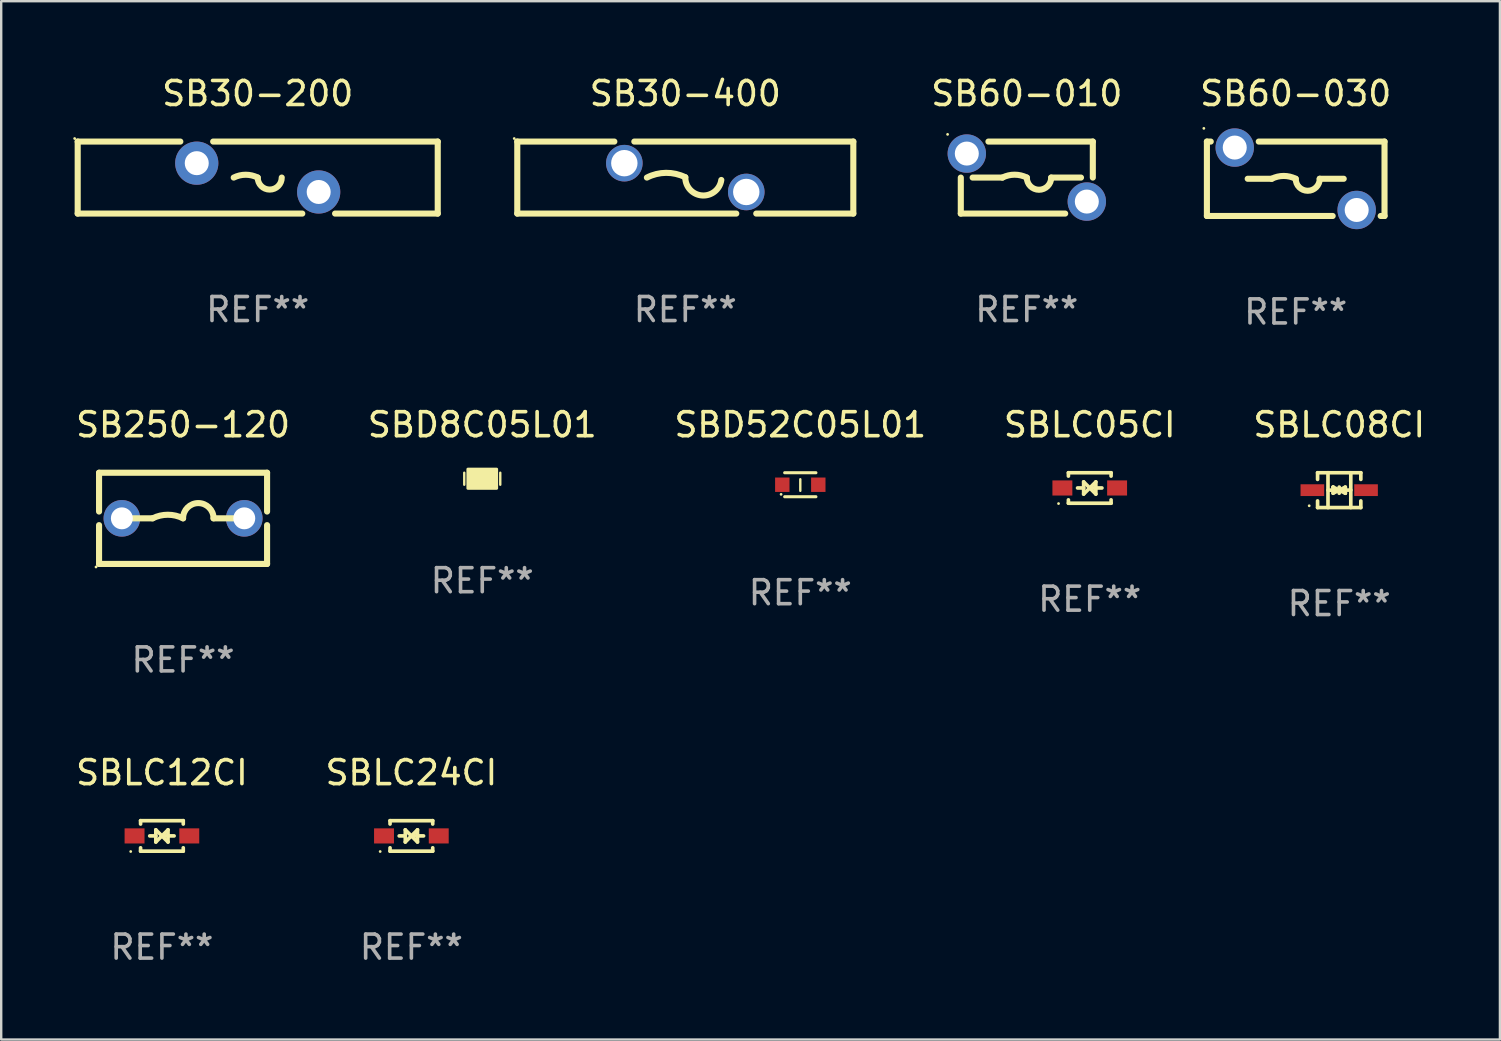
<source format=kicad_pcb>
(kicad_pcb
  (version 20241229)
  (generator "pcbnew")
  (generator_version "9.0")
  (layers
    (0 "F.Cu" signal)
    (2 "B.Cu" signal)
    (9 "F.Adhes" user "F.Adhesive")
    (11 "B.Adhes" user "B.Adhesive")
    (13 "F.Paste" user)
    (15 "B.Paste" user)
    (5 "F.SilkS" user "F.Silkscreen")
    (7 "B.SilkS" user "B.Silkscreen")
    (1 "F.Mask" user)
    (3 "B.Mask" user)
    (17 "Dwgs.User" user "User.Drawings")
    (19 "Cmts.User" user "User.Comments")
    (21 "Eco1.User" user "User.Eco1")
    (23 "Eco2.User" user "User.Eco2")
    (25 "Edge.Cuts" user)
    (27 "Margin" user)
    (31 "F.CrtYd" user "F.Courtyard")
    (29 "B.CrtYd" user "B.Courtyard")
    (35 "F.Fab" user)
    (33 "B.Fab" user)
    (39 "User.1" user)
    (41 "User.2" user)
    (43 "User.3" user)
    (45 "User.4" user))
  (footprint "SBLC12CI"
    (layer "F.Cu")
    (at 3.696 31.776)
    (property "Reference" "SBLC12CI" (at 0 -2.635 0) (layer "F.SilkS") (effects (font (size 1 1) (thickness 0.15))))
    (attr through_hole)
    (fp_line (start -0.889 -0.635) (end 0.889 -0.635) (stroke (width 0.152) (type solid)) (layer "F.SilkS"))
    (fp_line (start -0.889 -0.495) (end -0.889 -0.635) (stroke (width 0.152) (type solid)) (layer "F.SilkS"))
    (fp_line (start -0.889 0.635) (end -0.889 0.495) (stroke (width 0.152) (type solid)) (layer "F.SilkS"))
    (fp_line (start -0.889 0.635) (end 0.889 0.635) (stroke (width 0.152) (type solid)) (layer "F.SilkS"))
    (fp_line (start -0.508 -0.000051) (end -0.254 -0.000051) (stroke (width 0.152) (type solid)) (layer "F.SilkS"))
    (fp_line (start -0.254 -0.254) (end 0 -0.000051) (stroke (width 0.152) (type solid)) (layer "F.SilkS"))
    (fp_line (start -0.254 0.254) (end -0.254 -0.254) (stroke (width 0.152) (type solid)) (layer "F.SilkS"))
    (fp_line (start 0 -0.000051) (end -0.254 0.254) (stroke (width 0.152) (type solid)) (layer "F.SilkS"))
    (fp_line (start 0 -0.000051) (end 0.254 -0.254) (stroke (width 0.152) (type solid)) (layer "F.SilkS"))
    (fp_line (start 0.254 -0.254) (end 0.254 0.254) (stroke (width 0.152) (type solid)) (layer "F.SilkS"))
    (fp_line (start 0.254 0.254) (end 0 -0.000051) (stroke (width 0.152) (type solid)) (layer "F.SilkS"))
    (fp_line (start 0.508 -0.000051) (end 0.127 -0.000051) (stroke (width 0.152) (type solid)) (layer "F.SilkS"))
    (fp_line (start 0.889 -0.635) (end 0.889 -0.495) (stroke (width 0.152) (type solid)) (layer "F.SilkS"))
    (fp_line (start 0.889 0.495) (end 0.889 0.635) (stroke (width 0.152) (type solid)) (layer "F.SilkS"))
    (fp_circle (center -1.3 0.65) (end -1.27 0.65) (stroke (width 0.06) (type solid)) (fill no) (layer "F.SilkS"))
    (fp_text user "REF**" (at 0 4.635 0) (layer "F.Fab") (effects (font (size 1 1) (thickness 0.15))))
    (pad "1" smd rect (at -1.14 0.000152 90) (size 0.63 0.83) (layers "F.Cu" "F.Mask" "F.Paste"))
    (pad "2" smd rect (at 1.14 -0.000102 90) (size 0.63 0.83) (layers "F.Cu" "F.Mask" "F.Paste")))
  (footprint "SBLC05CI"
    (layer "F.Cu")
    (at 42.351 17.28)
    (property "Reference" "SBLC05CI" (at 0 -2.635 0) (layer "F.SilkS") (effects (font (size 1 1) (thickness 0.15))))
    (attr through_hole)
    (fp_line (start -0.889 -0.635) (end 0.889 -0.635) (stroke (width 0.152) (type solid)) (layer "F.SilkS"))
    (fp_line (start -0.889 -0.495) (end -0.889 -0.635) (stroke (width 0.152) (type solid)) (layer "F.SilkS"))
    (fp_line (start -0.889 0.635) (end -0.889 0.495) (stroke (width 0.152) (type solid)) (layer "F.SilkS"))
    (fp_line (start -0.889 0.635) (end 0.889 0.635) (stroke (width 0.152) (type solid)) (layer "F.SilkS"))
    (fp_line (start -0.508 -0.000051) (end -0.254 -0.000051) (stroke (width 0.152) (type solid)) (layer "F.SilkS"))
    (fp_line (start -0.254 -0.254) (end 0 -0.000051) (stroke (width 0.152) (type solid)) (layer "F.SilkS"))
    (fp_line (start -0.254 0.254) (end -0.254 -0.254) (stroke (width 0.152) (type solid)) (layer "F.SilkS"))
    (fp_line (start 0 -0.000051) (end -0.254 0.254) (stroke (width 0.152) (type solid)) (layer "F.SilkS"))
    (fp_line (start 0 -0.000051) (end 0.254 -0.254) (stroke (width 0.152) (type solid)) (layer "F.SilkS"))
    (fp_line (start 0.254 -0.254) (end 0.254 0.254) (stroke (width 0.152) (type solid)) (layer "F.SilkS"))
    (fp_line (start 0.254 0.254) (end 0 -0.000051) (stroke (width 0.152) (type solid)) (layer "F.SilkS"))
    (fp_line (start 0.508 -0.000051) (end 0.127 -0.000051) (stroke (width 0.152) (type solid)) (layer "F.SilkS"))
    (fp_line (start 0.889 -0.635) (end 0.889 -0.495) (stroke (width 0.152) (type solid)) (layer "F.SilkS"))
    (fp_line (start 0.889 0.495) (end 0.889 0.635) (stroke (width 0.152) (type solid)) (layer "F.SilkS"))
    (fp_circle (center -1.3 0.65) (end -1.27 0.65) (stroke (width 0.06) (type solid)) (fill no) (layer "F.SilkS"))
    (fp_text user "REF**" (at 0 4.635 0) (layer "F.Fab") (effects (font (size 1 1) (thickness 0.15))))
    (pad "1" smd rect (at -1.14 0.000152 90) (size 0.63 0.83) (layers "F.Cu" "F.Mask" "F.Paste"))
    (pad "2" smd rect (at 1.14 -0.000102 90) (size 0.63 0.83) (layers "F.Cu" "F.Mask" "F.Paste")))
  (footprint "SBLC08CI"
    (layer "F.Cu")
    (at 52.744 17.371)
    (property "Reference" "SBLC08CI" (at 0 -2.726 0) (layer "F.SilkS") (effects (font (size 1 1) (thickness 0.15))))
    (attr through_hole)
    (fp_line (start -0.901 -0.726) (end -0.901 -0.448) (stroke (width 0.152) (type solid)) (layer "F.SilkS"))
    (fp_line (start -0.901 0.726) (end -0.901 0.448) (stroke (width 0.152) (type solid)) (layer "F.SilkS"))
    (fp_line (start -0.467 0) (end 0.483 -0.003) (stroke (width 0.154) (type solid)) (layer "F.SilkS"))
    (fp_line (start -0.467 0.726) (end -0.467 -0.726) (stroke (width 0.152) (type solid)) (layer "F.SilkS"))
    (fp_line (start -0.254 -0.127) (end -0.254 -0.127) (stroke (width 0.154) (type solid)) (layer "F.SilkS"))
    (fp_line (start -0.254 -0.127) (end -0.002 -0.003) (stroke (width 0.154) (type solid)) (layer "F.SilkS"))
    (fp_line (start -0.254 0.127) (end -0.254 -0.127) (stroke (width 0.154) (type solid)) (layer "F.SilkS"))
    (fp_line (start -0.127 0) (end 0.003 0) (stroke (width 0.154) (type solid)) (layer "F.SilkS"))
    (fp_line (start -0.003 0) (end -0.254 0.127) (stroke (width 0.154) (type solid)) (layer "F.SilkS"))
    (fp_line (start 0 -0.127) (end 0 0.127) (stroke (width 0.154) (type solid)) (layer "F.SilkS"))
    (fp_line (start 0.003 0) (end 0.254 -0.127) (stroke (width 0.154) (type solid)) (layer "F.SilkS"))
    (fp_line (start 0.127 0) (end -0.003 0) (stroke (width 0.154) (type solid)) (layer "F.SilkS"))
    (fp_line (start 0.254 -0.127) (end 0.254 0.127) (stroke (width 0.154) (type solid)) (layer "F.SilkS"))
    (fp_line (start 0.254 0.127) (end 0.002 0.003) (stroke (width 0.154) (type solid)) (layer "F.SilkS"))
    (fp_line (start 0.254 0.127) (end 0.254 0.127) (stroke (width 0.154) (type solid)) (layer "F.SilkS"))
    (fp_line (start 0.483 0.726) (end 0.483 -0.726) (stroke (width 0.152) (type solid)) (layer "F.SilkS"))
    (fp_line (start 0.901 -0.726) (end -0.901 -0.726) (stroke (width 0.152) (type solid)) (layer "F.SilkS"))
    (fp_line (start 0.901 -0.726) (end 0.901 -0.448) (stroke (width 0.152) (type solid)) (layer "F.SilkS"))
    (fp_line (start 0.901 0.726) (end -0.901 0.726) (stroke (width 0.152) (type solid)) (layer "F.SilkS"))
    (fp_line (start 0.901 0.726) (end 0.901 0.448) (stroke (width 0.152) (type solid)) (layer "F.SilkS"))
    (fp_circle (center -1.25 0.65) (end -1.22 0.65) (stroke (width 0.06) (type solid)) (fill no) (layer "F.SilkS"))
    (fp_text user "REF**" (at 0 4.726 0) (layer "F.Fab") (effects (font (size 1 1) (thickness 0.15))))
    (pad "1" smd rect (at -1.118 0) (size 0.985 0.49) (layers "F.Cu" "F.Mask" "F.Paste"))
    (pad "2" smd rect (at 1.118 0) (size 0.985 0.49) (layers "F.Cu" "F.Mask" "F.Paste")))
  (footprint "SB60-030"
    (layer "F.Cu")
    (at 50.932 4.398)
    (property "Reference" "SB60-030" (at 0 -3.55 0) (layer "F.SilkS") (effects (font (size 1 1) (thickness 0.15))))
    (attr through_hole)
    (fp_line (start -3.7 -1.55) (end -3.54 -1.55) (stroke (width 0.254) (type solid)) (layer "F.SilkS"))
    (fp_line (start -3.7 1.55) (end -3.7 -1.55) (stroke (width 0.254) (type solid)) (layer "F.SilkS"))
    (fp_line (start -3.7 1.55) (end 1.54 1.55) (stroke (width 0.254) (type solid)) (layer "F.SilkS"))
    (fp_line (start -1.54 -1.55) (end 3.7 -1.55) (stroke (width 0.254) (type solid)) (layer "F.SilkS"))
    (fp_line (start -1 0) (end -2 0) (stroke (width 0.254) (type solid)) (layer "F.SilkS"))
    (fp_line (start 1 0) (end 2 0) (stroke (width 0.254) (type solid)) (layer "F.SilkS"))
    (fp_line (start 3.54 1.55) (end 3.7 1.55) (stroke (width 0.254) (type solid)) (layer "F.SilkS"))
    (fp_line (start 3.7 -1.55) (end 3.7 1.55) (stroke (width 0.254) (type solid)) (layer "F.SilkS"))
    (fp_arc (start -1.000762 0) (mid -0.500381 -0.118151) (end 0 0) (stroke (width 0.254001) (type solid)) (layer "F.SilkS"))
    (fp_arc (start 1.000762 0) (mid 0.500381 0.500127) (end 0 0) (stroke (width 0.254001) (type solid)) (layer "F.SilkS"))
    (fp_circle (center -3.827 -2.1) (end -3.797 -2.1) (stroke (width 0.06) (type solid)) (fill no) (layer "F.SilkS"))
    (fp_text user "REF**" (at 0 5.55 0) (layer "F.Fab") (effects (font (size 1 1) (thickness 0.15))))
    (pad "1" thru_hole circle (at -2.54 -1.3) (size 1.6 1.6) (drill 1) (layers "*.Cu" "*.Mask"))
    (pad "2" thru_hole circle (at 2.54 1.3) (size 1.6 1.6) (drill 1) (layers "*.Cu" "*.Mask")))
  (footprint "SBD52C05L01"
    (layer "F.Cu")
    (at 30.292 17.145)
    (property "Reference" "SBD52C05L01" (at 0 -2.5 0) (layer "F.SilkS") (effects (font (size 1 1) (thickness 0.15))))
    (attr through_hole)
    (fp_line (start -0.65 -0.5) (end 0.65 -0.5) (stroke (width 0.13) (type solid)) (layer "F.SilkS"))
    (fp_line (start -0.65 0.5) (end 0.65 0.5) (stroke (width 0.13) (type solid)) (layer "F.SilkS"))
    (fp_line (start 0 -0.229) (end 0 0.254) (stroke (width 0.1) (type solid)) (layer "F.SilkS"))
    (fp_circle (center -0.8 0.4) (end -0.77 0.4) (stroke (width 0.06) (type solid)) (fill no) (layer "F.SilkS"))
    (fp_text user "REF**" (at 0 4.5 0) (layer "F.Fab") (effects (font (size 1 1) (thickness 0.15))))
    (pad "1" smd rect (at -0.75 0) (size 0.6 0.6) (layers "F.Cu" "F.Mask" "F.Paste"))
    (pad "2" smd rect (at 0.75 0 180) (size 0.6 0.6) (layers "F.Cu" "F.Mask" "F.Paste")))
  (footprint "SB60-010"
    (layer "F.Cu")
    (at 39.729 4.348)
    (property "Reference" "SB60-010" (at 0 -3.5 0) (layer "F.SilkS") (effects (font (size 1 1) (thickness 0.15))))
    (attr through_hole)
    (fp_line (start -2.75 1.5) (end -2.75 0.000305) (stroke (width 0.254) (type solid)) (layer "F.SilkS"))
    (fp_line (start -2.75 1.5) (end 1.599 1.5) (stroke (width 0.254) (type solid)) (layer "F.SilkS"))
    (fp_line (start -2.257 0) (end -1.016 0) (stroke (width 0.254) (type solid)) (layer "F.SilkS"))
    (fp_line (start 2.257 0) (end 1.016 0) (stroke (width 0.254) (type solid)) (layer "F.SilkS"))
    (fp_line (start 2.75 -1.5) (end -1.599 -1.5) (stroke (width 0.254) (type solid)) (layer "F.SilkS"))
    (fp_line (start 2.75 -1.5) (end 2.75 -0.000279) (stroke (width 0.254) (type solid)) (layer "F.SilkS"))
    (fp_arc (start -1.016027 0) (mid -0.508026 -0.119923) (end -0.000025 0) (stroke (width 0.254001) (type solid)) (layer "F.SilkS"))
    (fp_arc (start 1.015977 0) (mid 0.508293 0.507671) (end 0.000609 -0.000001) (stroke (width 0.254001) (type solid)) (layer "F.SilkS"))
    (fp_circle (center -3.3 -1.8) (end -3.27 -1.8) (stroke (width 0.06) (type solid)) (fill no) (layer "F.SilkS"))
    (fp_text user "REF**" (at 0 5.5 0) (layer "F.Fab") (effects (font (size 1 1) (thickness 0.15))))
    (pad "1" thru_hole circle (at -2.5 -1) (size 1.6 1.6) (drill 1) (layers "*.Cu" "*.Mask"))
    (pad "2" thru_hole circle (at 2.5 1) (size 1.6 1.6) (drill 1) (layers "*.Cu" "*.Mask")))
  (footprint "SB30-200"
    (layer "F.Cu")
    (at 7.687 4.348)
    (property "Reference" "SB30-200" (at 0 -3.5 0) (layer "F.SilkS") (effects (font (size 1 1) (thickness 0.15))))
    (attr through_hole)
    (fp_line (start -7.5 -1.5) (end -3.224 -1.5) (stroke (width 0.254) (type solid)) (layer "F.SilkS"))
    (fp_line (start -7.5 1.5) (end -7.5 -1.5) (stroke (width 0.254) (type solid)) (layer "F.SilkS"))
    (fp_line (start -1.856 -1.5) (end 7.5 -1.5) (stroke (width 0.254) (type solid)) (layer "F.SilkS"))
    (fp_line (start 1.857 1.5) (end -7.5 1.5) (stroke (width 0.254) (type solid)) (layer "F.SilkS"))
    (fp_line (start 7.5 -1.5) (end 7.5 1.5) (stroke (width 0.254) (type solid)) (layer "F.SilkS"))
    (fp_line (start 7.5 1.5) (end 3.223 1.5) (stroke (width 0.254) (type solid)) (layer "F.SilkS"))
    (fp_arc (start -1 -0.000127) (mid -0.5 -0.118148) (end 0 -0.000127) (stroke (width 0.254001) (type solid)) (layer "F.SilkS"))
    (fp_arc (start 1.000762 -0.000127) (mid 0.500381 0.5) (end 0 -0.000127) (stroke (width 0.254001) (type solid)) (layer "F.SilkS"))
    (fp_circle (center -7.627 -1.627) (end -7.597 -1.627) (stroke (width 0.06) (type solid)) (fill no) (layer "F.SilkS"))
    (fp_text user "REF**" (at 0 5.5 0) (layer "F.Fab") (effects (font (size 1 1) (thickness 0.15))))
    (pad "1" thru_hole circle (at -2.54 -0.6) (size 1.8 1.8) (drill 1) (layers "*.Cu" "*.Mask"))
    (pad "2" thru_hole circle (at 2.54 0.6) (size 1.8 1.8) (drill 1) (layers "*.Cu" "*.Mask")))
  (footprint "SBD8C05L01"
    (layer "F.Cu")
    (at 17.042 16.895)
    (property "Reference" "SBD8C05L01" (at 0 -2.25 0) (layer "F.SilkS") (effects (font (size 1 1) (thickness 0.15))))
    (attr through_hole)
    (fp_line (start -0.75 0.25) (end -0.75 -0.25) (stroke (width 0.1) (type solid)) (layer "F.SilkS"))
    (fp_line (start 0.75 -0.25) (end 0.75 0.25) (stroke (width 0.1) (type solid)) (layer "F.SilkS"))
    (fp_circle (center -0.5 0.3) (end -0.47 0.3) (stroke (width 0.06) (type solid)) (fill no) (layer "F.SilkS"))
    (fp_poly (pts (xy -0.6 -0.4) (xy 0.6 -0.4) (xy 0.6 0.4) (xy -0.6 0.4)) (stroke (width 0.12) (type solid)) (fill yes) (layer "F.SilkS"))
    (fp_text user "REF**" (at 0 4.25 0) (layer "F.Fab") (effects (font (size 1 1) (thickness 0.15))))
    (pad "1" smd rect (at -0.325 -0.000013) (size 0.3 0.6) (layers "F.Cu" "F.Mask" "F.Paste"))
    (pad "2" smd rect (at 0.325 -0.000013) (size 0.3 0.6) (layers "F.Cu" "F.Mask" "F.Paste")))
  (footprint "SBLC24CI"
    (layer "F.Cu")
    (at 14.089 31.776)
    (property "Reference" "SBLC24CI" (at 0 -2.635 0) (layer "F.SilkS") (effects (font (size 1 1) (thickness 0.15))))
    (attr through_hole)
    (fp_line (start -0.889 -0.635) (end 0.889 -0.635) (stroke (width 0.152) (type solid)) (layer "F.SilkS"))
    (fp_line (start -0.889 -0.495) (end -0.889 -0.635) (stroke (width 0.152) (type solid)) (layer "F.SilkS"))
    (fp_line (start -0.889 0.635) (end -0.889 0.495) (stroke (width 0.152) (type solid)) (layer "F.SilkS"))
    (fp_line (start -0.889 0.635) (end 0.889 0.635) (stroke (width 0.152) (type solid)) (layer "F.SilkS"))
    (fp_line (start -0.508 -0.000051) (end -0.254 -0.000051) (stroke (width 0.152) (type solid)) (layer "F.SilkS"))
    (fp_line (start -0.254 -0.254) (end 0 -0.000051) (stroke (width 0.152) (type solid)) (layer "F.SilkS"))
    (fp_line (start -0.254 0.254) (end -0.254 -0.254) (stroke (width 0.152) (type solid)) (layer "F.SilkS"))
    (fp_line (start 0 -0.000051) (end -0.254 0.254) (stroke (width 0.152) (type solid)) (layer "F.SilkS"))
    (fp_line (start 0 -0.000051) (end 0.254 -0.254) (stroke (width 0.152) (type solid)) (layer "F.SilkS"))
    (fp_line (start 0.254 -0.254) (end 0.254 0.254) (stroke (width 0.152) (type solid)) (layer "F.SilkS"))
    (fp_line (start 0.254 0.254) (end 0 -0.000051) (stroke (width 0.152) (type solid)) (layer "F.SilkS"))
    (fp_line (start 0.508 -0.000051) (end 0.127 -0.000051) (stroke (width 0.152) (type solid)) (layer "F.SilkS"))
    (fp_line (start 0.889 -0.635) (end 0.889 -0.495) (stroke (width 0.152) (type solid)) (layer "F.SilkS"))
    (fp_line (start 0.889 0.495) (end 0.889 0.635) (stroke (width 0.152) (type solid)) (layer "F.SilkS"))
    (fp_circle (center -1.3 0.65) (end -1.27 0.65) (stroke (width 0.06) (type solid)) (fill no) (layer "F.SilkS"))
    (fp_text user "REF**" (at 0 4.635 0) (layer "F.Fab") (effects (font (size 1 1) (thickness 0.15))))
    (pad "1" smd rect (at -1.14 0.000152 90) (size 0.63 0.83) (layers "F.Cu" "F.Mask" "F.Paste"))
    (pad "2" smd rect (at 1.14 -0.000102 90) (size 0.63 0.83) (layers "F.Cu" "F.Mask" "F.Paste")))
  (footprint "SB30-400"
    (layer "F.Cu")
    (at 25.501 4.348)
    (property "Reference" "SB30-400" (at 0 -3.5 0) (layer "F.SilkS") (effects (font (size 1 1) (thickness 0.15))))
    (attr through_hole)
    (fp_line (start -7 -1.5) (end -7 1.5) (stroke (width 0.254) (type solid)) (layer "F.SilkS"))
    (fp_line (start -7 -1.5) (end -2.956 -1.5) (stroke (width 0.254) (type solid)) (layer "F.SilkS"))
    (fp_line (start -2.124 -1.5) (end 7 -1.5) (stroke (width 0.254) (type solid)) (layer "F.SilkS"))
    (fp_line (start 2.124 1.5) (end -7 1.5) (stroke (width 0.254) (type solid)) (layer "F.SilkS"))
    (fp_line (start 7 1.5) (end 2.956 1.5) (stroke (width 0.254) (type solid)) (layer "F.SilkS"))
    (fp_line (start 7 1.5) (end 7 -1.5) (stroke (width 0.254) (type solid)) (layer "F.SilkS"))
    (fp_arc (start -1.6 0) (mid -0.801529 -0.197174) (end 0 -0.012827) (stroke (width 0.254001) (type solid)) (layer "F.SilkS"))
    (fp_arc (start 1.5 0.1) (mid 0.69724 0.745018) (end 0.000001 -0.012828) (stroke (width 0.254001) (type solid)) (layer "F.SilkS"))
    (fp_circle (center -7.127 -1.627) (end -7.097 -1.627) (stroke (width 0.06) (type solid)) (fill no) (layer "F.SilkS"))
    (fp_text user "REF**" (at 0 5.5 0) (layer "F.Fab") (effects (font (size 1 1) (thickness 0.15))))
    (pad "1" thru_hole circle (at -2.54 -0.6) (size 1.524 1.524) (drill 1.1) (layers "*.Cu" "*.Mask"))
    (pad "2" thru_hole circle (at 2.54 0.6) (size 1.524 1.524) (drill 1.1) (layers "*.Cu" "*.Mask")))
  (footprint "SB250-120"
    (layer "F.Cu")
    (at 4.577 18.545)
    (property "Reference" "SB250-120" (at 0 -3.9 0) (layer "F.SilkS") (effects (font (size 1 1) (thickness 0.15))))
    (attr through_hole)
    (fp_line (start -3.5 -1.9) (end -3.5 -0.283) (stroke (width 0.254) (type solid)) (layer "F.SilkS"))
    (fp_line (start -3.5 0.283) (end -3.5 1.9) (stroke (width 0.254) (type solid)) (layer "F.SilkS"))
    (fp_line (start -2.54 0) (end -1.27 0) (stroke (width 0.254) (type solid)) (layer "F.SilkS"))
    (fp_line (start 2.54 0) (end 1.27 0) (stroke (width 0.254) (type solid)) (layer "F.SilkS"))
    (fp_line (start 3.459 1.9) (end -3.5 1.9) (stroke (width 0.254) (type solid)) (layer "F.SilkS"))
    (fp_line (start 3.459 1.9) (end 3.5 1.9) (stroke (width 0.254) (type solid)) (layer "F.SilkS"))
    (fp_line (start 3.5 -1.9) (end -3.5 -1.9) (stroke (width 0.254) (type solid)) (layer "F.SilkS"))
    (fp_line (start 3.5 -1.9) (end 3.5 -0.283) (stroke (width 0.254) (type solid)) (layer "F.SilkS"))
    (fp_line (start 3.5 0.283) (end 3.5 1.9) (stroke (width 0.254) (type solid)) (layer "F.SilkS"))
    (fp_arc (start -1.270003 0) (mid -0.635001 -0.149904) (end 0 0) (stroke (width 0.254001) (type solid)) (layer "F.SilkS"))
    (fp_arc (start -0.000001 0) (mid 0.635001 -0.635002) (end 1.270003 0) (stroke (width 0.254001) (type solid)) (layer "F.SilkS"))
    (fp_circle (center -3.627 2.027) (end -3.597 2.027) (stroke (width 0.06) (type solid)) (fill no) (layer "F.SilkS"))
    (fp_text user "REF**" (at 0 5.9 0) (layer "F.Fab") (effects (font (size 1 1) (thickness 0.15))))
    (pad "1" thru_hole circle (at -2.55 0) (size 1.524 1.524) (drill 0.914) (layers "*.Cu" "*.Mask"))
    (pad "2" thru_hole circle (at 2.55 0) (size 1.524 1.524) (drill 0.914) (layers "*.Cu" "*.Mask")))
  (gr_rect
    (start -3 -3)
    (end 59.44 40.259)
    (stroke (width 0.1) (type default))
    (fill no)
    (layer "Edge.Cuts")))
</source>
